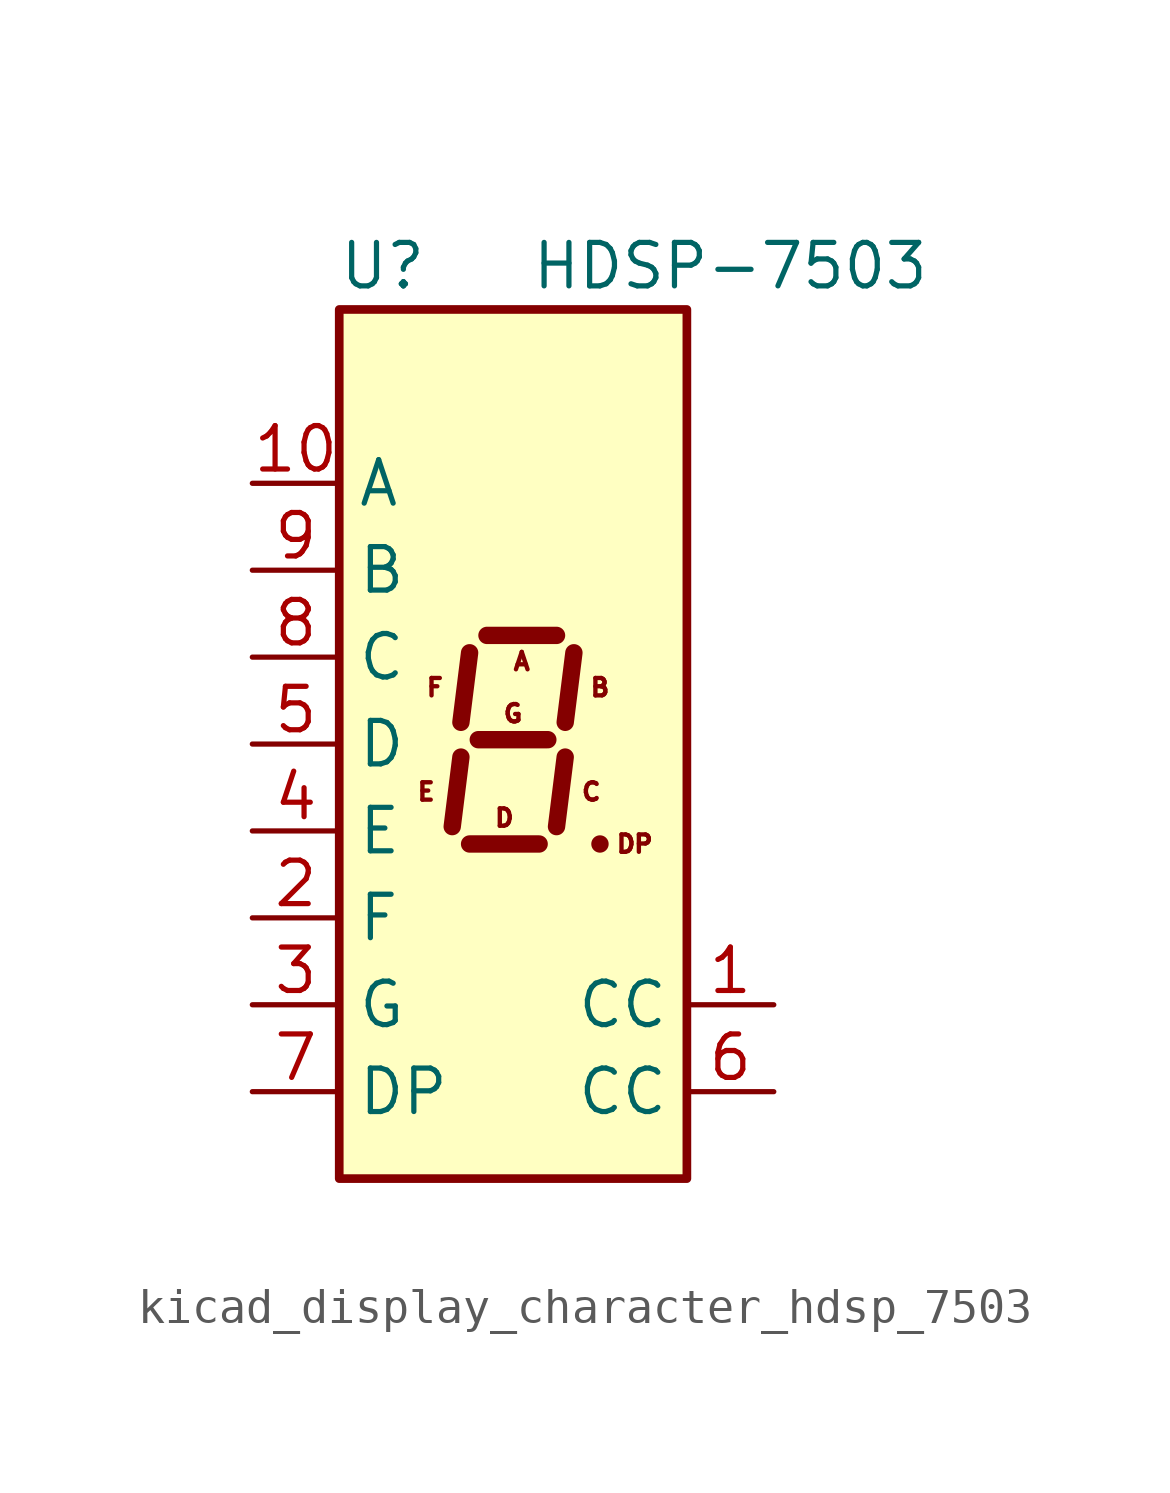
<source format=kicad_sym>
(kicad_symbol_lib
  (version 20220914)
  (generator kicad_symbol_editor)
  (symbol "kicad_display_character_hdsp_7503"
    (property "Reference" "U"
      (at -3.81 13.97 0)
      (effects (font (size 1.27 1.27))))
    (property "Value" "HDSP-7503"
      (at 6.35 13.97 0)
      (effects (font (size 1.27 1.27))))
    (symbol "kicad_display_character_hdsp_7503_1_0"
      (text "A" (at 0.254 2.413 0) (effects (font (size 0.508 0.508))))
      (text "B" (at 2.54 1.651 0) (effects (font (size 0.508 0.508))))
      (text "C" (at 2.286 -1.397 0) (effects (font (size 0.508 0.508))))
      (text "D" (at -0.254 -2.159 0) (effects (font (size 0.508 0.508))))
      (text "DP" (at 3.556 -2.921 0) (effects (font (size 0.508 0.508))))
      (text "E" (at -2.54 -1.397 0) (effects (font (size 0.508 0.508))))
      (text "F" (at -2.286 1.651 0) (effects (font (size 0.508 0.508))))
      (text "G" (at 0 0.889 0) (effects (font (size 0.508 0.508)))))
    (symbol "kicad_display_character_hdsp_7503_1_1"
      (rectangle (start -5.08 12.7) (end 5.08 -12.7) (stroke (width 0.254) (type default)) (fill (type background)))
      (polyline (pts (xy -1.524 -0.381) (xy -1.778 -2.413)) (stroke (width 0.508) (type default)) (fill (type none)))
      (polyline (pts (xy -1.27 -2.921) (xy 0.762 -2.921)) (stroke (width 0.508) (type default)) (fill (type none)))
      (polyline (pts (xy -1.27 2.667) (xy -1.524 0.635)) (stroke (width 0.508) (type default)) (fill (type none)))
      (polyline (pts (xy -1.016 0.127) (xy 1.016 0.127)) (stroke (width 0.508) (type default)) (fill (type none)))
      (polyline (pts (xy -0.762 3.175) (xy 1.27 3.175)) (stroke (width 0.508) (type default)) (fill (type none)))
      (polyline (pts (xy 1.524 -0.381) (xy 1.27 -2.413)) (stroke (width 0.508) (type default)) (fill (type none)))
      (polyline (pts (xy 1.778 2.667) (xy 1.524 0.635)) (stroke (width 0.508) (type default)) (fill (type none)))
      (polyline (pts (xy 2.54 -2.921) (xy 2.54 -2.921)) (stroke (width 0.508) (type default)) (fill (type none)))
      (pin input line (at 7.62 -7.62 180) (length 2.54) (name "CC" (effects (font (size 1.27 1.27)))) (number "1" (effects (font (size 1.27 1.27)))))
      (pin input line (at -7.62 7.62 0) (length 2.54) (name "A" (effects (font (size 1.27 1.27)))) (number "10" (effects (font (size 1.27 1.27)))))
      (pin input line (at -7.62 -5.08 0) (length 2.54) (name "F" (effects (font (size 1.27 1.27)))) (number "2" (effects (font (size 1.27 1.27)))))
      (pin input line (at -7.62 -7.62 0) (length 2.54) (name "G" (effects (font (size 1.27 1.27)))) (number "3" (effects (font (size 1.27 1.27)))))
      (pin input line (at -7.62 -2.54 0) (length 2.54) (name "E" (effects (font (size 1.27 1.27)))) (number "4" (effects (font (size 1.27 1.27)))))
      (pin input line (at -7.62 0 0) (length 2.54) (name "D" (effects (font (size 1.27 1.27)))) (number "5" (effects (font (size 1.27 1.27)))))
      (pin input line (at 7.62 -10.16 180) (length 2.54) (name "CC" (effects (font (size 1.27 1.27)))) (number "6" (effects (font (size 1.27 1.27)))))
      (pin input line (at -7.62 -10.16 0) (length 2.54) (name "DP" (effects (font (size 1.27 1.27)))) (number "7" (effects (font (size 1.27 1.27)))))
      (pin input line (at -7.62 2.54 0) (length 2.54) (name "C" (effects (font (size 1.27 1.27)))) (number "8" (effects (font (size 1.27 1.27)))))
      (pin input line (at -7.62 5.08 0) (length 2.54) (name "B" (effects (font (size 1.27 1.27)))) (number "9" (effects (font (size 1.27 1.27))))))))
</source>
